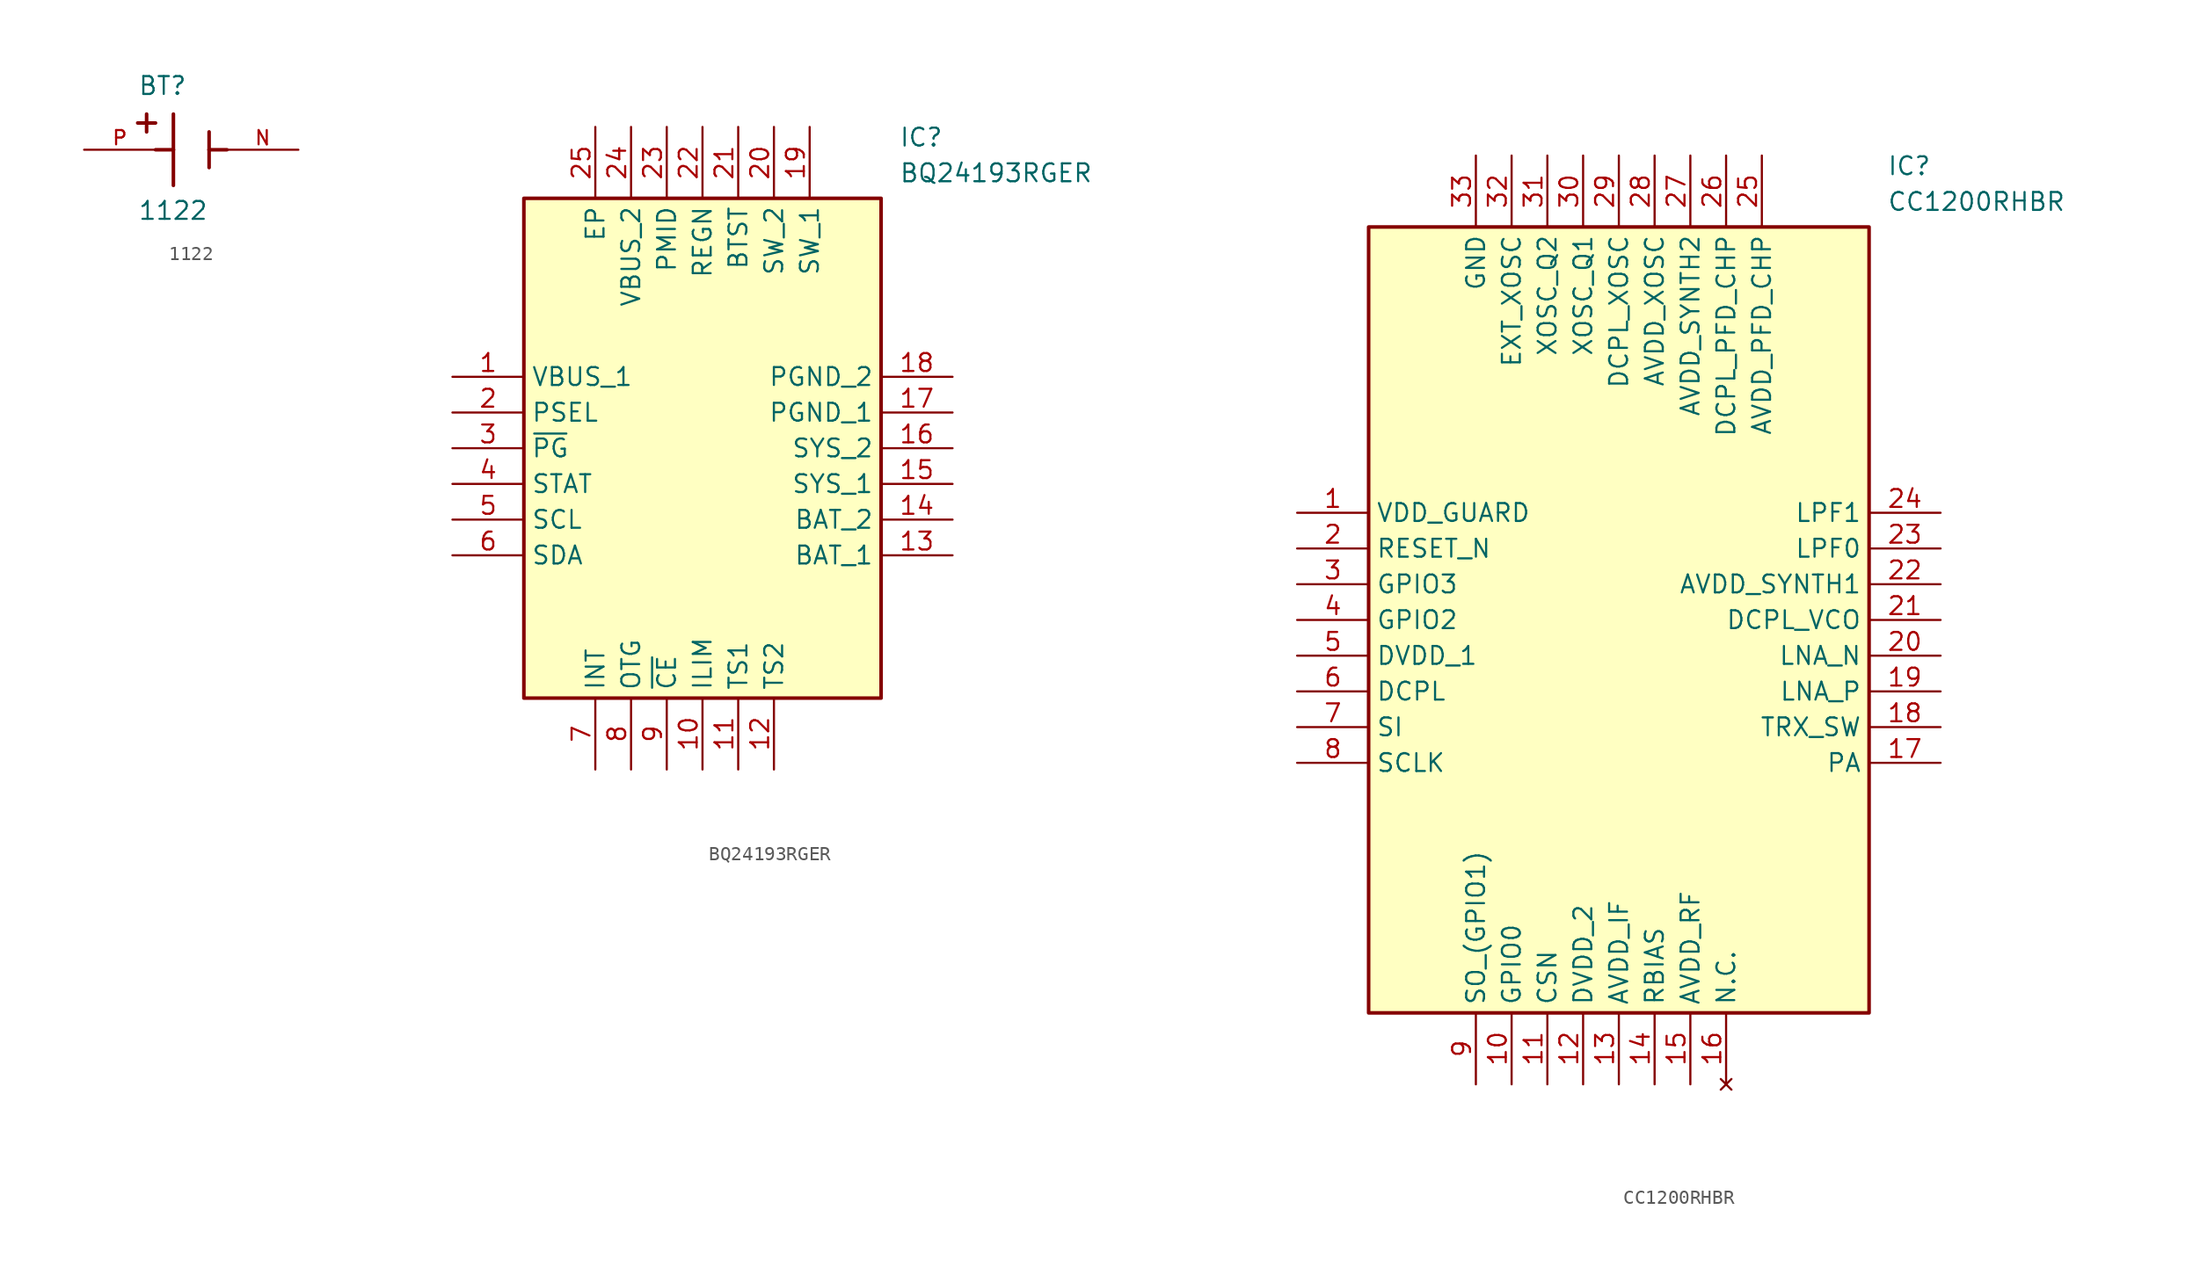
<source format=kicad_sym>
(kicad_symbol_lib
  (version 20231120)
  (generator "kicad_symbol_editor")
  (generator_version "8.0")
  (symbol "1122"
    (pin_names
      (offset 1.016))
    (property "Reference" "BT"
      (at -3.81 3.81 0)
      (effects (font (size 1.27 1.27)) (justify left bottom)))
    (property "Value" "1122"
      (at -3.81 -5.08 0)
      (effects (font (size 1.27 1.27)) (justify left bottom)))
    (symbol "1122_0_0"
      (polyline (pts (xy -3.81 1.905) (xy -2.54 1.905)) (stroke (width 0.254) (type default)) (fill (type none)))
      (polyline (pts (xy -3.175 2.54) (xy -3.175 1.27)) (stroke (width 0.254) (type default)) (fill (type none)))
      (polyline (pts (xy -1.27 0) (xy -2.54 0)) (stroke (width 0.254) (type default)) (fill (type none)))
      (polyline (pts (xy -1.27 0) (xy -1.27 -2.54)) (stroke (width 0.254) (type default)) (fill (type none)))
      (polyline (pts (xy -1.27 2.54) (xy -1.27 0)) (stroke (width 0.254) (type default)) (fill (type none)))
      (polyline (pts (xy 1.27 0) (xy 1.27 -1.27)) (stroke (width 0.254) (type default)) (fill (type none)))
      (polyline (pts (xy 1.27 0) (xy 2.54 0)) (stroke (width 0.254) (type default)) (fill (type none)))
      (polyline (pts (xy 1.27 1.27) (xy 1.27 0)) (stroke (width 0.254) (type default)) (fill (type none)))
      (pin passive line (at 7.62 0 180) (length 5.08) (name "~" (effects (font (size 1.016 1.016)))) (number "N" (effects (font (size 1.016 1.016)))))
      (pin passive line (at -7.62 0 0) (length 5.08) (name "~" (effects (font (size 1.016 1.016)))) (number "P" (effects (font (size 1.016 1.016)))))))
  (symbol "BQ24193RGER"
    (property "Reference" "IC"
      (at 31.75 17.78 0)
      (effects (font (size 1.27 1.27)) (justify left top)))
    (property "Value" "BQ24193RGER"
      (at 31.75 15.24 0)
      (effects (font (size 1.27 1.27)) (justify left top)))
    (symbol "BQ24193RGER_1_1"
      (rectangle (start 5.08 12.7) (end 30.48 -22.86) (stroke (width 0.254) (type default)) (fill (type background)))
      (pin passive line (at 0 0 0) (length 5.08) (name "VBUS_1" (effects (font (size 1.27 1.27)))) (number "1" (effects (font (size 1.27 1.27)))))
      (pin passive line (at 17.78 -27.94 90) (length 5.08) (name "ILIM" (effects (font (size 1.27 1.27)))) (number "10" (effects (font (size 1.27 1.27)))))
      (pin passive line (at 20.32 -27.94 90) (length 5.08) (name "TS1" (effects (font (size 1.27 1.27)))) (number "11" (effects (font (size 1.27 1.27)))))
      (pin passive line (at 22.86 -27.94 90) (length 5.08) (name "TS2" (effects (font (size 1.27 1.27)))) (number "12" (effects (font (size 1.27 1.27)))))
      (pin passive line (at 35.56 -12.7 180) (length 5.08) (name "BAT_1" (effects (font (size 1.27 1.27)))) (number "13" (effects (font (size 1.27 1.27)))))
      (pin passive line (at 35.56 -10.16 180) (length 5.08) (name "BAT_2" (effects (font (size 1.27 1.27)))) (number "14" (effects (font (size 1.27 1.27)))))
      (pin passive line (at 35.56 -7.62 180) (length 5.08) (name "SYS_1" (effects (font (size 1.27 1.27)))) (number "15" (effects (font (size 1.27 1.27)))))
      (pin passive line (at 35.56 -5.08 180) (length 5.08) (name "SYS_2" (effects (font (size 1.27 1.27)))) (number "16" (effects (font (size 1.27 1.27)))))
      (pin passive line (at 35.56 -2.54 180) (length 5.08) (name "PGND_1" (effects (font (size 1.27 1.27)))) (number "17" (effects (font (size 1.27 1.27)))))
      (pin passive line (at 35.56 0 180) (length 5.08) (name "PGND_2" (effects (font (size 1.27 1.27)))) (number "18" (effects (font (size 1.27 1.27)))))
      (pin passive line (at 25.4 17.78 270) (length 5.08) (name "SW_1" (effects (font (size 1.27 1.27)))) (number "19" (effects (font (size 1.27 1.27)))))
      (pin passive line (at 0 -2.54 0) (length 5.08) (name "PSEL" (effects (font (size 1.27 1.27)))) (number "2" (effects (font (size 1.27 1.27)))))
      (pin passive line (at 22.86 17.78 270) (length 5.08) (name "SW_2" (effects (font (size 1.27 1.27)))) (number "20" (effects (font (size 1.27 1.27)))))
      (pin passive line (at 20.32 17.78 270) (length 5.08) (name "BTST" (effects (font (size 1.27 1.27)))) (number "21" (effects (font (size 1.27 1.27)))))
      (pin passive line (at 17.78 17.78 270) (length 5.08) (name "REGN" (effects (font (size 1.27 1.27)))) (number "22" (effects (font (size 1.27 1.27)))))
      (pin passive line (at 15.24 17.78 270) (length 5.08) (name "PMID" (effects (font (size 1.27 1.27)))) (number "23" (effects (font (size 1.27 1.27)))))
      (pin passive line (at 12.7 17.78 270) (length 5.08) (name "VBUS_2" (effects (font (size 1.27 1.27)))) (number "24" (effects (font (size 1.27 1.27)))))
      (pin passive line (at 10.16 17.78 270) (length 5.08) (name "EP" (effects (font (size 1.27 1.27)))) (number "25" (effects (font (size 1.27 1.27)))))
      (pin passive line (at 0 -5.08 0) (length 5.08) (name "~{PG}" (effects (font (size 1.27 1.27)))) (number "3" (effects (font (size 1.27 1.27)))))
      (pin passive line (at 0 -7.62 0) (length 5.08) (name "STAT" (effects (font (size 1.27 1.27)))) (number "4" (effects (font (size 1.27 1.27)))))
      (pin passive line (at 0 -10.16 0) (length 5.08) (name "SCL" (effects (font (size 1.27 1.27)))) (number "5" (effects (font (size 1.27 1.27)))))
      (pin passive line (at 0 -12.7 0) (length 5.08) (name "SDA" (effects (font (size 1.27 1.27)))) (number "6" (effects (font (size 1.27 1.27)))))
      (pin passive line (at 10.16 -27.94 90) (length 5.08) (name "INT" (effects (font (size 1.27 1.27)))) (number "7" (effects (font (size 1.27 1.27)))))
      (pin passive line (at 12.7 -27.94 90) (length 5.08) (name "OTG" (effects (font (size 1.27 1.27)))) (number "8" (effects (font (size 1.27 1.27)))))
      (pin passive line (at 15.24 -27.94 90) (length 5.08) (name "~{CE}" (effects (font (size 1.27 1.27)))) (number "9" (effects (font (size 1.27 1.27)))))))
  (symbol "CC1200RHBR"
    (property "Reference" "IC"
      (at 41.91 25.4 0)
      (effects (font (size 1.27 1.27)) (justify left top)))
    (property "Value" "CC1200RHBR"
      (at 41.91 22.86 0)
      (effects (font (size 1.27 1.27)) (justify left top)))
    (symbol "CC1200RHBR_1_1"
      (rectangle (start 5.08 20.32) (end 40.64 -35.56) (stroke (width 0.254) (type default)) (fill (type background)))
      (pin passive line (at 0 0 0) (length 5.08) (name "VDD_GUARD" (effects (font (size 1.27 1.27)))) (number "1" (effects (font (size 1.27 1.27)))))
      (pin passive line (at 15.24 -40.64 90) (length 5.08) (name "GPIO0" (effects (font (size 1.27 1.27)))) (number "10" (effects (font (size 1.27 1.27)))))
      (pin passive line (at 17.78 -40.64 90) (length 5.08) (name "CSN" (effects (font (size 1.27 1.27)))) (number "11" (effects (font (size 1.27 1.27)))))
      (pin passive line (at 20.32 -40.64 90) (length 5.08) (name "DVDD_2" (effects (font (size 1.27 1.27)))) (number "12" (effects (font (size 1.27 1.27)))))
      (pin passive line (at 22.86 -40.64 90) (length 5.08) (name "AVDD_IF" (effects (font (size 1.27 1.27)))) (number "13" (effects (font (size 1.27 1.27)))))
      (pin passive line (at 25.4 -40.64 90) (length 5.08) (name "RBIAS" (effects (font (size 1.27 1.27)))) (number "14" (effects (font (size 1.27 1.27)))))
      (pin passive line (at 27.94 -40.64 90) (length 5.08) (name "AVDD_RF" (effects (font (size 1.27 1.27)))) (number "15" (effects (font (size 1.27 1.27)))))
      (pin no_connect line (at 30.48 -40.64 90) (length 5.08) (name "N.C." (effects (font (size 1.27 1.27)))) (number "16" (effects (font (size 1.27 1.27)))))
      (pin passive line (at 45.72 -17.78 180) (length 5.08) (name "PA" (effects (font (size 1.27 1.27)))) (number "17" (effects (font (size 1.27 1.27)))))
      (pin passive line (at 45.72 -15.24 180) (length 5.08) (name "TRX_SW" (effects (font (size 1.27 1.27)))) (number "18" (effects (font (size 1.27 1.27)))))
      (pin passive line (at 45.72 -12.7 180) (length 5.08) (name "LNA_P" (effects (font (size 1.27 1.27)))) (number "19" (effects (font (size 1.27 1.27)))))
      (pin passive line (at 0 -2.54 0) (length 5.08) (name "RESET_N" (effects (font (size 1.27 1.27)))) (number "2" (effects (font (size 1.27 1.27)))))
      (pin passive line (at 45.72 -10.16 180) (length 5.08) (name "LNA_N" (effects (font (size 1.27 1.27)))) (number "20" (effects (font (size 1.27 1.27)))))
      (pin passive line (at 45.72 -7.62 180) (length 5.08) (name "DCPL_VCO" (effects (font (size 1.27 1.27)))) (number "21" (effects (font (size 1.27 1.27)))))
      (pin passive line (at 45.72 -5.08 180) (length 5.08) (name "AVDD_SYNTH1" (effects (font (size 1.27 1.27)))) (number "22" (effects (font (size 1.27 1.27)))))
      (pin passive line (at 45.72 -2.54 180) (length 5.08) (name "LPF0" (effects (font (size 1.27 1.27)))) (number "23" (effects (font (size 1.27 1.27)))))
      (pin passive line (at 45.72 0 180) (length 5.08) (name "LPF1" (effects (font (size 1.27 1.27)))) (number "24" (effects (font (size 1.27 1.27)))))
      (pin passive line (at 33.02 25.4 270) (length 5.08) (name "AVDD_PFD_CHP" (effects (font (size 1.27 1.27)))) (number "25" (effects (font (size 1.27 1.27)))))
      (pin passive line (at 30.48 25.4 270) (length 5.08) (name "DCPL_PFD_CHP" (effects (font (size 1.27 1.27)))) (number "26" (effects (font (size 1.27 1.27)))))
      (pin passive line (at 27.94 25.4 270) (length 5.08) (name "AVDD_SYNTH2" (effects (font (size 1.27 1.27)))) (number "27" (effects (font (size 1.27 1.27)))))
      (pin passive line (at 25.4 25.4 270) (length 5.08) (name "AVDD_XOSC" (effects (font (size 1.27 1.27)))) (number "28" (effects (font (size 1.27 1.27)))))
      (pin passive line (at 22.86 25.4 270) (length 5.08) (name "DCPL_XOSC" (effects (font (size 1.27 1.27)))) (number "29" (effects (font (size 1.27 1.27)))))
      (pin passive line (at 0 -5.08 0) (length 5.08) (name "GPIO3" (effects (font (size 1.27 1.27)))) (number "3" (effects (font (size 1.27 1.27)))))
      (pin passive line (at 20.32 25.4 270) (length 5.08) (name "XOSC_Q1" (effects (font (size 1.27 1.27)))) (number "30" (effects (font (size 1.27 1.27)))))
      (pin passive line (at 17.78 25.4 270) (length 5.08) (name "XOSC_Q2" (effects (font (size 1.27 1.27)))) (number "31" (effects (font (size 1.27 1.27)))))
      (pin passive line (at 15.24 25.4 270) (length 5.08) (name "EXT_XOSC" (effects (font (size 1.27 1.27)))) (number "32" (effects (font (size 1.27 1.27)))))
      (pin passive line (at 12.7 25.4 270) (length 5.08) (name "GND" (effects (font (size 1.27 1.27)))) (number "33" (effects (font (size 1.27 1.27)))))
      (pin passive line (at 0 -7.62 0) (length 5.08) (name "GPIO2" (effects (font (size 1.27 1.27)))) (number "4" (effects (font (size 1.27 1.27)))))
      (pin passive line (at 0 -10.16 0) (length 5.08) (name "DVDD_1" (effects (font (size 1.27 1.27)))) (number "5" (effects (font (size 1.27 1.27)))))
      (pin passive line (at 0 -12.7 0) (length 5.08) (name "DCPL" (effects (font (size 1.27 1.27)))) (number "6" (effects (font (size 1.27 1.27)))))
      (pin passive line (at 0 -15.24 0) (length 5.08) (name "SI" (effects (font (size 1.27 1.27)))) (number "7" (effects (font (size 1.27 1.27)))))
      (pin passive line (at 0 -17.78 0) (length 5.08) (name "SCLK" (effects (font (size 1.27 1.27)))) (number "8" (effects (font (size 1.27 1.27)))))
      (pin passive line (at 12.7 -40.64 90) (length 5.08) (name "SO_(GPIO1)" (effects (font (size 1.27 1.27)))) (number "9" (effects (font (size 1.27 1.27))))))))
</source>
